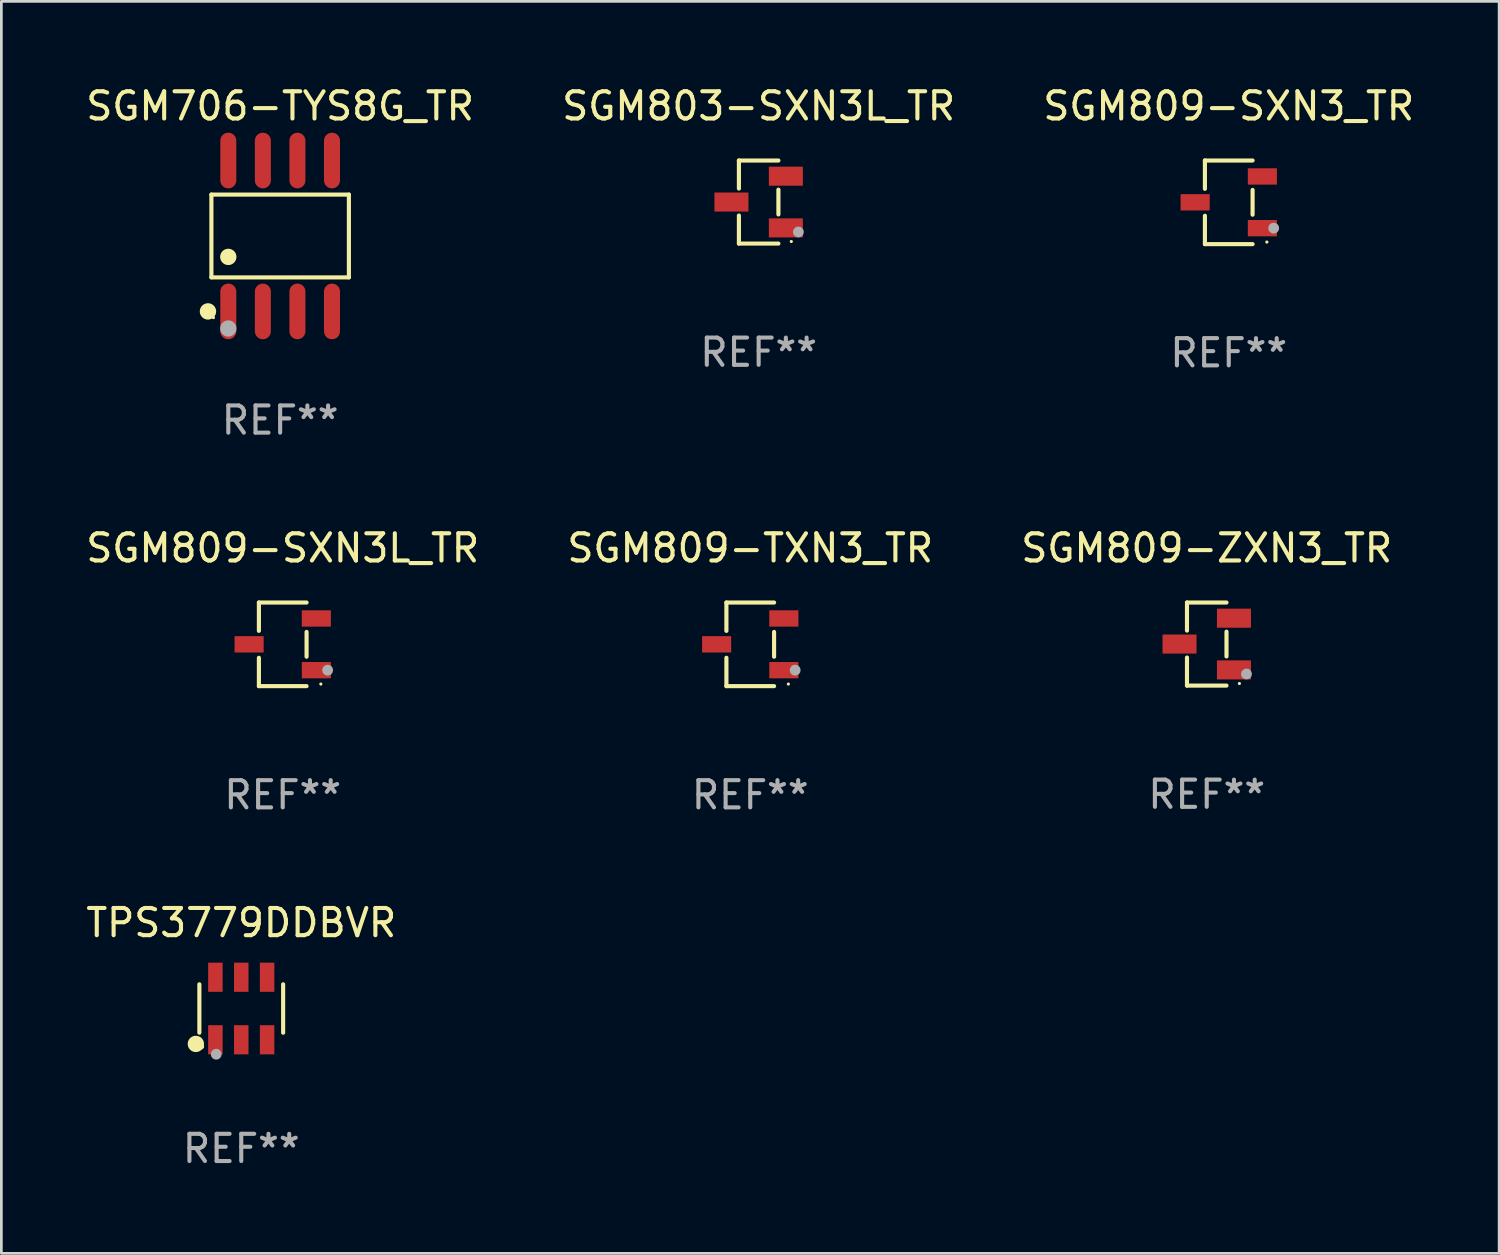
<source format=kicad_pcb>
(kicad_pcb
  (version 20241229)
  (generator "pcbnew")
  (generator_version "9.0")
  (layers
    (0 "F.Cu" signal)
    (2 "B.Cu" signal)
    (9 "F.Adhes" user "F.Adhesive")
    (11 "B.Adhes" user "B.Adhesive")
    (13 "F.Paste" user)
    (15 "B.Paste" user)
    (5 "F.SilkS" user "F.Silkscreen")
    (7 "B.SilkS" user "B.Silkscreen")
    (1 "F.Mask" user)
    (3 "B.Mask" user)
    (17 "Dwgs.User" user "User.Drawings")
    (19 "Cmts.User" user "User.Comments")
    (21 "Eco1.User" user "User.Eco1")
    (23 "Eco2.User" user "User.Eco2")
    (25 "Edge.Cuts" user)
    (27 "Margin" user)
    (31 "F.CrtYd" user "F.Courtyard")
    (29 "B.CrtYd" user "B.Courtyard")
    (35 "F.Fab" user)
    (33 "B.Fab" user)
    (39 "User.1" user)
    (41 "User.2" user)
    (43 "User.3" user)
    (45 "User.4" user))
  (footprint "TPS3779DDBVR"
    (layer "F.Cu")
    (at 5.815 34.008)
    (property "Reference" "TPS3779DDBVR" (at 0 -3.149 0) (layer "F.SilkS") (effects (font (size 1 1) (thickness 0.15))))
    (attr through_hole)
    (fp_line (start -1.539 0.889) (end -1.539 -0.889) (stroke (width 0.152) (type solid)) (layer "F.SilkS"))
    (fp_line (start 1.539 0.889) (end 1.539 -0.889) (stroke (width 0.152) (type solid)) (layer "F.SilkS"))
    (fp_circle (center -1.668 1.301) (end -1.518 1.301) (stroke (width 0.3) (type solid)) (fill no) (layer "F.SilkS"))
    (fp_circle (center -1.463 1.4) (end -1.413 1.4) (stroke (width 0.1) (type solid)) (fill no) (layer "F.SilkS"))
    (fp_circle (center -0.92 1.68) (end -0.82 1.68) (stroke (width 0.2) (type solid)) (fill no) (layer "F.Fab"))
    (fp_text user "REF**" (at 0 5.149 0) (layer "F.Fab") (effects (font (size 1 1) (thickness 0.15))))
    (pad "1" smd rect (at -0.95 1.149) (size 0.532 1.072) (layers "F.Cu" "F.Mask" "F.Paste"))
    (pad "2" smd rect (at 0 1.149) (size 0.532 1.072) (layers "F.Cu" "F.Mask" "F.Paste"))
    (pad "3" smd rect (at 0.95 1.149) (size 0.532 1.072) (layers "F.Cu" "F.Mask" "F.Paste"))
    (pad "4" smd rect (at 0.95 -1.149) (size 0.532 1.072) (layers "F.Cu" "F.Mask" "F.Paste"))
    (pad "5" smd rect (at 0 -1.149) (size 0.532 1.072) (layers "F.Cu" "F.Mask" "F.Paste"))
    (pad "6" smd rect (at -0.95 -1.149) (size 0.532 1.072) (layers "F.Cu" "F.Mask" "F.Paste")))
  (footprint "SGM803-SXN3L_TR"
    (layer "F.Cu")
    (at 24.827 4.374)
    (property "Reference" "SGM803-SXN3L_TR" (at 0 -3.526 0) (layer "F.SilkS") (effects (font (size 1 1) (thickness 0.15))))
    (attr through_hole)
    (fp_line (start -0.726 -1.526) (end -0.726 -0.495) (stroke (width 0.152) (type solid)) (layer "F.SilkS"))
    (fp_line (start -0.726 1.526) (end -0.726 0.495) (stroke (width 0.152) (type solid)) (layer "F.SilkS"))
    (fp_line (start 0.726 -1.526) (end -0.726 -1.526) (stroke (width 0.152) (type solid)) (layer "F.SilkS"))
    (fp_line (start 0.726 -0.455) (end 0.726 0.455) (stroke (width 0.152) (type solid)) (layer "F.SilkS"))
    (fp_line (start 0.726 1.526) (end -0.726 1.526) (stroke (width 0.152) (type solid)) (layer "F.SilkS"))
    (fp_circle (center 1.2 1.45) (end 1.23 1.45) (stroke (width 0.06) (type solid)) (fill no) (layer "F.SilkS"))
    (fp_circle (center 1.46 1.1) (end 1.56 1.1) (stroke (width 0.2) (type solid)) (fill no) (layer "F.Fab"))
    (fp_text user "REF**" (at 0 5.526 0) (layer "F.Fab") (effects (font (size 1 1) (thickness 0.15))))
    (pad "1" smd rect (at 1 0.95) (size 1.25 0.7) (layers "F.Cu" "F.Mask" "F.Paste"))
    (pad "2" smd rect (at 1 -0.95) (size 1.25 0.7) (layers "F.Cu" "F.Mask" "F.Paste"))
    (pad "3" smd rect (at -1 0) (size 1.25 0.7) (layers "F.Cu" "F.Mask" "F.Paste")))
  (footprint "SGM809-SXN3_TR"
    (layer "F.Cu")
    (at 42.101 4.384)
    (property "Reference" "SGM809-SXN3_TR" (at 0 -3.536 0) (layer "F.SilkS") (effects (font (size 1 1) (thickness 0.15))))
    (attr through_hole)
    (fp_line (start -0.876 -1.536) (end -0.876 -0.495) (stroke (width 0.152) (type solid)) (layer "F.SilkS"))
    (fp_line (start -0.876 1.536) (end -0.876 0.495) (stroke (width 0.152) (type solid)) (layer "F.SilkS"))
    (fp_line (start 0.876 -1.536) (end -0.876 -1.536) (stroke (width 0.152) (type solid)) (layer "F.SilkS"))
    (fp_line (start 0.876 -0.455) (end 0.876 0.455) (stroke (width 0.152) (type solid)) (layer "F.SilkS"))
    (fp_line (start 0.876 1.536) (end -0.876 1.536) (stroke (width 0.152) (type solid)) (layer "F.SilkS"))
    (fp_circle (center 1.4 1.46) (end 1.43 1.46) (stroke (width 0.06) (type solid)) (fill no) (layer "F.SilkS"))
    (fp_circle (center 1.651 0.95) (end 1.751 0.95) (stroke (width 0.2) (type solid)) (fill no) (layer "F.Fab"))
    (fp_text user "REF**" (at 0 5.536 0) (layer "F.Fab") (effects (font (size 1 1) (thickness 0.15))))
    (pad "1" smd rect (at 1.235 0.95) (size 1.07 0.6) (layers "F.Cu" "F.Mask" "F.Paste"))
    (pad "2" smd rect (at 1.235 -0.95) (size 1.07 0.6) (layers "F.Cu" "F.Mask" "F.Paste"))
    (pad "3" smd rect (at -1.235 0) (size 1.07 0.6) (layers "F.Cu" "F.Mask" "F.Paste")))
  (footprint "SGM809-SXN3L_TR"
    (layer "F.Cu")
    (at 7.339 20.626)
    (property "Reference" "SGM809-SXN3L_TR" (at 0 -3.536 0) (layer "F.SilkS") (effects (font (size 1 1) (thickness 0.15))))
    (attr through_hole)
    (fp_line (start -0.876 -1.536) (end -0.876 -0.495) (stroke (width 0.152) (type solid)) (layer "F.SilkS"))
    (fp_line (start -0.876 1.536) (end -0.876 0.495) (stroke (width 0.152) (type solid)) (layer "F.SilkS"))
    (fp_line (start 0.876 -1.536) (end -0.876 -1.536) (stroke (width 0.152) (type solid)) (layer "F.SilkS"))
    (fp_line (start 0.876 -0.455) (end 0.876 0.455) (stroke (width 0.152) (type solid)) (layer "F.SilkS"))
    (fp_line (start 0.876 1.536) (end -0.876 1.536) (stroke (width 0.152) (type solid)) (layer "F.SilkS"))
    (fp_circle (center 1.4 1.46) (end 1.43 1.46) (stroke (width 0.06) (type solid)) (fill no) (layer "F.SilkS"))
    (fp_circle (center 1.651 0.95) (end 1.751 0.95) (stroke (width 0.2) (type solid)) (fill no) (layer "F.Fab"))
    (fp_text user "REF**" (at 0 5.536 0) (layer "F.Fab") (effects (font (size 1 1) (thickness 0.15))))
    (pad "1" smd rect (at 1.235 0.95) (size 1.07 0.6) (layers "F.Cu" "F.Mask" "F.Paste"))
    (pad "2" smd rect (at 1.235 -0.95) (size 1.07 0.6) (layers "F.Cu" "F.Mask" "F.Paste"))
    (pad "3" smd rect (at -1.235 0) (size 1.07 0.6) (layers "F.Cu" "F.Mask" "F.Paste")))
  (footprint "SGM809-TXN3_TR"
    (layer "F.Cu")
    (at 24.518 20.626)
    (property "Reference" "SGM809-TXN3_TR" (at 0 -3.536 0) (layer "F.SilkS") (effects (font (size 1 1) (thickness 0.15))))
    (attr through_hole)
    (fp_line (start -0.876 -1.536) (end -0.876 -0.495) (stroke (width 0.152) (type solid)) (layer "F.SilkS"))
    (fp_line (start -0.876 1.536) (end -0.876 0.495) (stroke (width 0.152) (type solid)) (layer "F.SilkS"))
    (fp_line (start 0.876 -1.536) (end -0.876 -1.536) (stroke (width 0.152) (type solid)) (layer "F.SilkS"))
    (fp_line (start 0.876 -0.455) (end 0.876 0.455) (stroke (width 0.152) (type solid)) (layer "F.SilkS"))
    (fp_line (start 0.876 1.536) (end -0.876 1.536) (stroke (width 0.152) (type solid)) (layer "F.SilkS"))
    (fp_circle (center 1.4 1.46) (end 1.43 1.46) (stroke (width 0.06) (type solid)) (fill no) (layer "F.SilkS"))
    (fp_circle (center 1.651 0.95) (end 1.751 0.95) (stroke (width 0.2) (type solid)) (fill no) (layer "F.Fab"))
    (fp_text user "REF**" (at 0 5.536 0) (layer "F.Fab") (effects (font (size 1 1) (thickness 0.15))))
    (pad "1" smd rect (at 1.235 0.95) (size 1.07 0.6) (layers "F.Cu" "F.Mask" "F.Paste"))
    (pad "2" smd rect (at 1.235 -0.95) (size 1.07 0.6) (layers "F.Cu" "F.Mask" "F.Paste"))
    (pad "3" smd rect (at -1.235 0) (size 1.07 0.6) (layers "F.Cu" "F.Mask" "F.Paste")))
  (footprint "SGM809-ZXN3_TR"
    (layer "F.Cu")
    (at 41.292 20.616)
    (property "Reference" "SGM809-ZXN3_TR" (at 0 -3.526 0) (layer "F.SilkS") (effects (font (size 1 1) (thickness 0.15))))
    (attr through_hole)
    (fp_line (start -0.726 -1.526) (end -0.726 -0.495) (stroke (width 0.152) (type solid)) (layer "F.SilkS"))
    (fp_line (start -0.726 1.526) (end -0.726 0.495) (stroke (width 0.152) (type solid)) (layer "F.SilkS"))
    (fp_line (start 0.726 -1.526) (end -0.726 -1.526) (stroke (width 0.152) (type solid)) (layer "F.SilkS"))
    (fp_line (start 0.726 -0.455) (end 0.726 0.455) (stroke (width 0.152) (type solid)) (layer "F.SilkS"))
    (fp_line (start 0.726 1.526) (end -0.726 1.526) (stroke (width 0.152) (type solid)) (layer "F.SilkS"))
    (fp_circle (center 1.2 1.45) (end 1.23 1.45) (stroke (width 0.06) (type solid)) (fill no) (layer "F.SilkS"))
    (fp_circle (center 1.46 1.1) (end 1.56 1.1) (stroke (width 0.2) (type solid)) (fill no) (layer "F.Fab"))
    (fp_text user "REF**" (at 0 5.526 0) (layer "F.Fab") (effects (font (size 1 1) (thickness 0.15))))
    (pad "1" smd rect (at 1 0.95) (size 1.25 0.7) (layers "F.Cu" "F.Mask" "F.Paste"))
    (pad "2" smd rect (at 1 -0.95) (size 1.25 0.7) (layers "F.Cu" "F.Mask" "F.Paste"))
    (pad "3" smd rect (at -1 0) (size 1.25 0.7) (layers "F.Cu" "F.Mask" "F.Paste")))
  (footprint "SGM706-TYS8G_TR"
    (layer "F.Cu")
    (at 7.244 5.621)
    (property "Reference" "SGM706-TYS8G_TR" (at 0 -4.772 0) (layer "F.SilkS") (effects (font (size 1 1) (thickness 0.15))))
    (attr through_hole)
    (fp_line (start -2.526 -1.521) (end 2.526 -1.521) (stroke (width 0.152) (type solid)) (layer "F.SilkS"))
    (fp_line (start -2.526 1.521) (end -2.526 -1.521) (stroke (width 0.152) (type solid)) (layer "F.SilkS"))
    (fp_line (start 2.526 -1.521) (end 2.526 1.521) (stroke (width 0.152) (type solid)) (layer "F.SilkS"))
    (fp_line (start 2.526 1.521) (end -2.526 1.521) (stroke (width 0.152) (type solid)) (layer "F.SilkS"))
    (fp_circle (center -2.652 2.772) (end -2.501 2.772) (stroke (width 0.3) (type solid)) (fill no) (layer "F.SilkS"))
    (fp_circle (center -2.45 3) (end -2.42 3) (stroke (width 0.06) (type solid)) (fill no) (layer "F.SilkS"))
    (fp_circle (center -1.905 0.769) (end -1.755 0.769) (stroke (width 0.3) (type solid)) (fill no) (layer "F.SilkS"))
    (fp_circle (center -1.905 3.4) (end -1.755 3.4) (stroke (width 0.3) (type solid)) (fill no) (layer "F.Fab"))
    (fp_text user "REF**" (at 0 6.772 0) (layer "F.Fab") (effects (font (size 1 1) (thickness 0.15))))
    (pad "1" smd oval (at -1.905 2.772) (size 0.588 2.045) (layers "F.Cu" "F.Mask" "F.Paste"))
    (pad "2" smd oval (at -0.635 2.772) (size 0.588 2.045) (layers "F.Cu" "F.Mask" "F.Paste"))
    (pad "3" smd oval (at 0.635 2.772) (size 0.588 2.045) (layers "F.Cu" "F.Mask" "F.Paste"))
    (pad "4" smd oval (at 1.905 2.772) (size 0.588 2.045) (layers "F.Cu" "F.Mask" "F.Paste"))
    (pad "5" smd oval (at 1.905 -2.772) (size 0.588 2.045) (layers "F.Cu" "F.Mask" "F.Paste"))
    (pad "6" smd oval (at 0.635 -2.772) (size 0.588 2.045) (layers "F.Cu" "F.Mask" "F.Paste"))
    (pad "7" smd oval (at -0.635 -2.772) (size 0.588 2.045) (layers "F.Cu" "F.Mask" "F.Paste"))
    (pad "8" smd oval (at -1.905 -2.772) (size 0.588 2.045) (layers "F.Cu" "F.Mask" "F.Paste")))
  (gr_rect
    (start -3 -3)
    (end 52.036 43.005)
    (stroke (width 0.1) (type default))
    (fill no)
    (layer "Edge.Cuts")))
</source>
